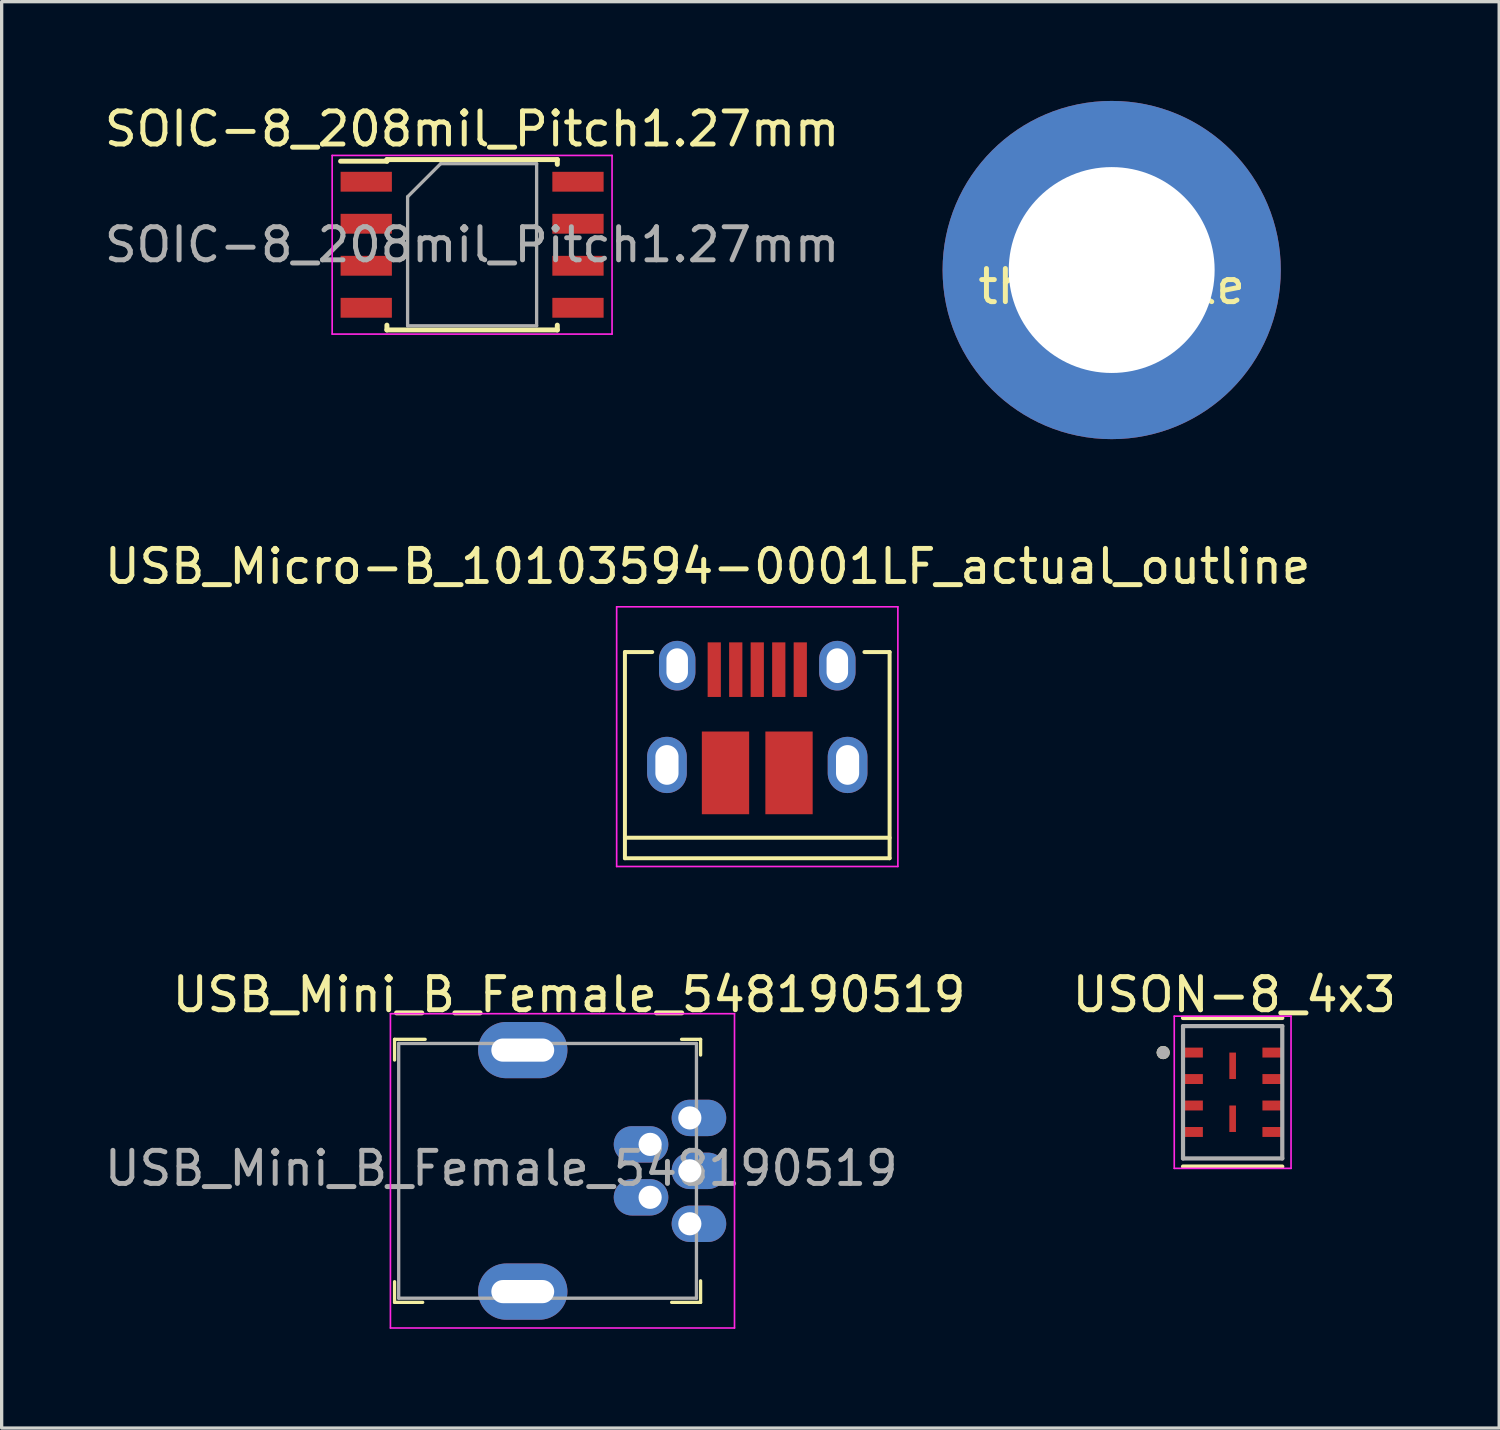
<source format=kicad_pcb>
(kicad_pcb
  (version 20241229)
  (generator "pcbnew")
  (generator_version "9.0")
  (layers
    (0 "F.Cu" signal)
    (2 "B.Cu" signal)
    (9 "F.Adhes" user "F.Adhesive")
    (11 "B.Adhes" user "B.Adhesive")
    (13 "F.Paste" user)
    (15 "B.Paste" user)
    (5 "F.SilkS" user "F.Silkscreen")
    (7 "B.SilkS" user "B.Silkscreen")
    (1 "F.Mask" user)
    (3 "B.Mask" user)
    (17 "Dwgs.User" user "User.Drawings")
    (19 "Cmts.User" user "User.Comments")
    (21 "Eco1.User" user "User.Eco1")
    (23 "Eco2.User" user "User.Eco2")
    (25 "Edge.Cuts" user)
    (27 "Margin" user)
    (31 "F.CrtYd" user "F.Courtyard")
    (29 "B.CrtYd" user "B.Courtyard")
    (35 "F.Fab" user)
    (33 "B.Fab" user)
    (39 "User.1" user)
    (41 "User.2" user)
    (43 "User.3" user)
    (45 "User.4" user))
  (footprint "USB_Mini_B_Female_548190519"
    (layer "F.Cu")
    (at 17.801 32.34)
    (property "Reference" "USB_Mini_B_Female_548190519" (at -3.65 -5.325 0) (layer "F.SilkS") (effects (font (size 1 1) (thickness 0.15))))
    (attr through_hole)
    (fp_line (start -8.925 -3.975) (end -8.925 -3.35) (stroke (width 0.1) (type solid)) (layer "F.SilkS"))
    (fp_line (start -8.925 3.975) (end -8.925 3.35) (stroke (width 0.1) (type solid)) (layer "F.SilkS"))
    (fp_line (start -8.075 3.975) (end -8.925 3.975) (stroke (width 0.1) (type solid)) (layer "F.SilkS"))
    (fp_line (start -8 -3.975) (end -8.925 -3.975) (stroke (width 0.1) (type solid)) (layer "F.SilkS"))
    (fp_line (start -0.55 3.975) (end 0.3 3.975) (stroke (width 0.1) (type solid)) (layer "F.SilkS"))
    (fp_line (start -0.25 -3.975) (end 0.325 -3.975) (stroke (width 0.1) (type solid)) (layer "F.SilkS"))
    (fp_line (start 0.325 -3.975) (end 0.325 -3.5) (stroke (width 0.1) (type solid)) (layer "F.SilkS"))
    (fp_line (start 0.325 3.325) (end 0.325 3.975) (stroke (width 0.1) (type solid)) (layer "F.SilkS"))
    (fp_line (start 0.325 3.975) (end 0.3 3.975) (stroke (width 0.1) (type solid)) (layer "F.SilkS"))
    (fp_line (start -9.05 -4.75) (end -9.05 4.75) (stroke (width 0.05) (type solid)) (layer "F.CrtYd"))
    (fp_line (start -9.05 -4.75) (end 1.35 -4.75) (stroke (width 0.05) (type solid)) (layer "F.CrtYd"))
    (fp_line (start -9.05 4.75) (end 1.35 4.75) (stroke (width 0.05) (type solid)) (layer "F.CrtYd"))
    (fp_line (start 1.35 -4.75) (end 1.35 4.75) (stroke (width 0.05) (type solid)) (layer "F.CrtYd"))
    (fp_line (start -8.8 -3.85) (end -8.8 3.85) (stroke (width 0.1) (type solid)) (layer "F.Fab"))
    (fp_line (start -8.8 -3.85) (end 0.2 -3.85) (stroke (width 0.1) (type solid)) (layer "F.Fab"))
    (fp_line (start -8.8 3.85) (end 0.2 3.85) (stroke (width 0.1) (type solid)) (layer "F.Fab"))
    (fp_line (start 0.2 -3.85) (end 0.2 3.85) (stroke (width 0.1) (type solid)) (layer "F.Fab"))
    (fp_text user "${REFERENCE}" (at -5.7 -0.075 0) (layer "F.Fab") (effects (font (size 1 1) (thickness 0.15))))
    (pad "1" thru_hole oval (at 0 1.6) (size 1.65 1.1) (drill 0.7 (offset 0.275 0)) (layers "*.Cu" "*.Mask"))
    (pad "2" thru_hole oval (at -1.2 0.8) (size 1.65 1.1) (drill 0.7 (offset -0.275 0)) (layers "*.Cu" "*.Mask"))
    (pad "3" thru_hole oval (at 0 0) (size 1.65 1.1) (drill 0.7 (offset 0.275 0)) (layers "*.Cu" "*.Mask"))
    (pad "4" thru_hole oval (at -1.2 -0.8) (size 1.65 1.1) (drill 0.7 (offset -0.275 0)) (layers "*.Cu" "*.Mask"))
    (pad "5" thru_hole oval (at 0 -1.6) (size 1.65 1.1) (drill 0.7 (offset 0.275 0)) (layers "*.Cu" "*.Mask"))
    (pad "6" thru_hole oval (at -5.05 -3.65) (size 2.7 1.7) (drill oval 1.9 0.7) (layers "*.Cu" "*.Mask"))
    (pad "6" thru_hole oval (at -5.05 3.65) (size 2.7 1.7) (drill oval 1.9 0.7) (layers "*.Cu" "*.Mask")))
  (footprint "USB_Micro-B_10103594-0001LF_actual_outline"
    (layer "F.Cu")
    (at 19.839 18.691)
    (property "Reference" "USB_Micro-B_10103594-0001LF_actual_outline" (at -1.5 -4.62 0) (layer "F.SilkS") (effects (font (size 1 1) (thickness 0.15))))
    (attr smd)
    (fp_line (start -4 -2.032) (end -3.175 -2.032) (stroke (width 0.12) (type solid)) (layer "F.SilkS"))
    (fp_line (start -4 4.2) (end -4 -2.032) (stroke (width 0.12) (type solid)) (layer "F.SilkS"))
    (fp_line (start -4 4.2) (end 4 4.2) (stroke (width 0.12) (type solid)) (layer "F.SilkS"))
    (fp_line (start 3.239 -2.032) (end 4 -2.032) (stroke (width 0.12) (type solid)) (layer "F.SilkS"))
    (fp_line (start 4 -2.032) (end 4 4.2) (stroke (width 0.12) (type solid)) (layer "F.SilkS"))
    (fp_line (start 4 3.58) (end -4 3.58) (stroke (width 0.12) (type solid)) (layer "F.SilkS"))
    (fp_line (start -4.25 -3.4) (end 4.25 -3.4) (stroke (width 0.05) (type solid)) (layer "F.CrtYd"))
    (fp_line (start -4.25 4.45) (end -4.25 -3.4) (stroke (width 0.05) (type solid)) (layer "F.CrtYd"))
    (fp_line (start 4.25 -3.4) (end 4.25 4.45) (stroke (width 0.05) (type solid)) (layer "F.CrtYd"))
    (fp_line (start 4.25 4.45) (end -4.25 4.45) (stroke (width 0.05) (type solid)) (layer "F.CrtYd"))
    (pad "1" smd rect (at -1.3 -1.5 90) (size 1.65 0.4) (layers "F.Cu" "F.Mask" "F.Paste"))
    (pad "2" smd rect (at -0.65 -1.5 90) (size 1.65 0.4) (layers "F.Cu" "F.Mask" "F.Paste"))
    (pad "3" smd rect (at 0 -1.5 90) (size 1.65 0.4) (layers "F.Cu" "F.Mask" "F.Paste"))
    (pad "4" smd rect (at 0.65 -1.5 90) (size 1.65 0.4) (layers "F.Cu" "F.Mask" "F.Paste"))
    (pad "5" smd rect (at 1.3 -1.5 90) (size 1.65 0.4) (layers "F.Cu" "F.Mask" "F.Paste"))
    (pad "6" thru_hole oval (at -2.73 1.38 90) (size 1.7 1.2) (drill oval 1.2 0.7) (layers "*.Cu" "*.Mask"))
    (pad "6" thru_hole oval (at -2.42 -1.62 90) (size 1.5 1.1) (drill oval 1.05 0.65) (layers "*.Cu" "*.Mask"))
    (pad "6" smd rect (at -0.96 1.62 90) (size 2.5 1.43) (layers "F.Cu" "F.Mask" "F.Paste"))
    (pad "6" smd rect (at 0.96 1.62 90) (size 2.5 1.43) (layers "F.Cu" "F.Mask" "F.Paste"))
    (pad "6" thru_hole oval (at 2.42 -1.62 90) (size 1.5 1.1) (drill oval 1.05 0.65) (layers "*.Cu" "*.Mask"))
    (pad "6" thru_hole oval (at 2.73 1.38 90) (size 1.7 1.2) (drill oval 1.2 0.7) (layers "*.Cu" "*.Mask")))
  (footprint "thonk_hole"
    (layer "F.Cu")
    (at 30.552 5.112)
    (property "Reference" "thonk_hole" (at 0 0.5 0) (layer "F.SilkS") (effects (font (size 1 1) (thickness 0.15))))
    (attr through_hole)
    (pad "1" thru_hole circle (at 0 0) (size 10.223 10.223) (drill 6.223) (layers "*.Cu" "*.Mask")))
  (footprint "USON-8_4x3"
    (layer "F.Cu")
    (at 34.208 29.965)
    (property "Reference" "USON-8_4x3" (at 0.05 -2.95 0) (layer "F.SilkS") (effects (font (size 1 1) (thickness 0.15))))
    (attr through_hole)
    (fp_line (start -1.5 -2.245) (end 1.5 -2.245) (stroke (width 0.127) (type solid)) (layer "F.SilkS"))
    (fp_line (start 1.5 2.245) (end -1.5 2.245) (stroke (width 0.127) (type solid)) (layer "F.SilkS"))
    (fp_circle (center -2.1 -1.2) (end -2 -1.2) (stroke (width 0.2) (type solid)) (fill no) (layer "F.SilkS"))
    (fp_poly (pts (xy -0.05 0.4) (xy 0.04 0.4) (xy 0.04 1.14) (xy -0.05 1.14)) (stroke (width 0.01) (type solid)) (fill yes) (layer "F.Paste"))
    (fp_poly (pts (xy -0.045 -1.16) (xy 0.045 -1.16) (xy 0.045 -0.42) (xy -0.045 -0.42)) (stroke (width 0.01) (type solid)) (fill yes) (layer "F.Paste"))
    (fp_line (start -1.765 -2.3) (end -1.765 2.3) (stroke (width 0.05) (type solid)) (layer "F.CrtYd"))
    (fp_line (start -1.765 2.3) (end 1.765 2.3) (stroke (width 0.05) (type solid)) (layer "F.CrtYd"))
    (fp_line (start 1.765 -2.3) (end -1.765 -2.3) (stroke (width 0.05) (type solid)) (layer "F.CrtYd"))
    (fp_line (start 1.765 2.3) (end 1.765 -2.3) (stroke (width 0.05) (type solid)) (layer "F.CrtYd"))
    (fp_line (start -1.5 -2) (end 1.5 -2) (stroke (width 0.127) (type solid)) (layer "F.Fab"))
    (fp_line (start -1.5 2) (end -1.5 -2) (stroke (width 0.127) (type solid)) (layer "F.Fab"))
    (fp_line (start 1.5 -2) (end 1.5 2) (stroke (width 0.127) (type solid)) (layer "F.Fab"))
    (fp_line (start 1.5 2) (end -1.5 2) (stroke (width 0.127) (type solid)) (layer "F.Fab"))
    (fp_circle (center -2.1 -1.2) (end -2 -1.2) (stroke (width 0.2) (type solid)) (fill no) (layer "F.Fab"))
    (pad "1" smd rect (at -1.2 -1.2) (size 0.6 0.3) (layers "F.Cu" "F.Mask" "F.Paste"))
    (pad "2" smd rect (at -1.2 -0.4) (size 0.6 0.3) (layers "F.Cu" "F.Mask" "F.Paste"))
    (pad "3" smd rect (at -1.2 0.4) (size 0.6 0.3) (layers "F.Cu" "F.Mask" "F.Paste"))
    (pad "4" smd rect (at -1.2 1.2) (size 0.6 0.3) (layers "F.Cu" "F.Mask" "F.Paste"))
    (pad "5" smd rect (at 1.2 1.2) (size 0.6 0.3) (layers "F.Cu" "F.Mask" "F.Paste"))
    (pad "6" smd rect (at 1.2 0.4) (size 0.6 0.3) (layers "F.Cu" "F.Mask" "F.Paste"))
    (pad "7" smd rect (at 1.2 -0.4) (size 0.6 0.3) (layers "F.Cu" "F.Mask" "F.Paste"))
    (pad "8" smd rect (at 1.2 -1.2) (size 0.6 0.3) (layers "F.Cu" "F.Mask" "F.Paste"))
    (pad "9" smd rect (at 0 -0.8) (size 0.2 0.8) (layers "F.Cu" "F.Mask"))
    (pad "9" smd rect (at 0 0.8) (size 0.2 0.8) (layers "F.Cu" "F.Mask")))
  (footprint "SOIC-8_208mil_Pitch1.27mm"
    (layer "F.Cu")
    (at 11.22 4.348)
    (property "Reference" "SOIC-8_208mil_Pitch1.27mm" (at 0 -3.5 0) (layer "F.SilkS") (effects (font (size 1 1) (thickness 0.15))))
    (attr smd)
    (fp_line (start -2.575 -2.575) (end -2.575 -2.525) (stroke (width 0.15) (type solid)) (layer "F.SilkS"))
    (fp_line (start -2.575 -2.575) (end 2.575 -2.575) (stroke (width 0.15) (type solid)) (layer "F.SilkS"))
    (fp_line (start -2.575 -2.525) (end -3.975 -2.525) (stroke (width 0.15) (type solid)) (layer "F.SilkS"))
    (fp_line (start -2.575 2.575) (end -2.575 2.43) (stroke (width 0.15) (type solid)) (layer "F.SilkS"))
    (fp_line (start -2.575 2.575) (end 2.575 2.575) (stroke (width 0.15) (type solid)) (layer "F.SilkS"))
    (fp_line (start 2.575 -2.575) (end 2.575 -2.43) (stroke (width 0.15) (type solid)) (layer "F.SilkS"))
    (fp_line (start 2.575 2.575) (end 2.575 2.43) (stroke (width 0.15) (type solid)) (layer "F.SilkS"))
    (fp_line (start -4.23 -2.7) (end -4.23 2.7) (stroke (width 0.05) (type solid)) (layer "F.CrtYd"))
    (fp_line (start -4.23 -2.7) (end 4.23 -2.7) (stroke (width 0.05) (type solid)) (layer "F.CrtYd"))
    (fp_line (start -4.23 2.7) (end 4.23 2.7) (stroke (width 0.05) (type solid)) (layer "F.CrtYd"))
    (fp_line (start 4.23 -2.7) (end 4.23 2.7) (stroke (width 0.05) (type solid)) (layer "F.CrtYd"))
    (fp_line (start -1.95 -1.45) (end -0.95 -2.45) (stroke (width 0.1) (type solid)) (layer "F.Fab"))
    (fp_line (start -1.95 2.45) (end -1.95 -1.45) (stroke (width 0.1) (type solid)) (layer "F.Fab"))
    (fp_line (start -0.95 -2.45) (end 1.95 -2.45) (stroke (width 0.1) (type solid)) (layer "F.Fab"))
    (fp_line (start 1.95 -2.45) (end 1.95 2.45) (stroke (width 0.1) (type solid)) (layer "F.Fab"))
    (fp_line (start 1.95 2.45) (end -1.95 2.45) (stroke (width 0.1) (type solid)) (layer "F.Fab"))
    (fp_text user "${REFERENCE}" (at 0 0 0) (layer "F.Fab") (effects (font (size 1 1) (thickness 0.15))))
    (pad "1" smd rect (at -3.2 -1.905) (size 1.55 0.6) (layers "F.Cu" "F.Mask" "F.Paste"))
    (pad "2" smd rect (at -3.2 -0.635) (size 1.55 0.6) (layers "F.Cu" "F.Mask" "F.Paste"))
    (pad "3" smd rect (at -3.2 0.635) (size 1.55 0.6) (layers "F.Cu" "F.Mask" "F.Paste"))
    (pad "4" smd rect (at -3.2 1.905) (size 1.55 0.6) (layers "F.Cu" "F.Mask" "F.Paste"))
    (pad "5" smd rect (at 3.2 1.905) (size 1.55 0.6) (layers "F.Cu" "F.Mask" "F.Paste"))
    (pad "6" smd rect (at 3.2 0.635) (size 1.55 0.6) (layers "F.Cu" "F.Mask" "F.Paste"))
    (pad "7" smd rect (at 3.2 -0.635) (size 1.55 0.6) (layers "F.Cu" "F.Mask" "F.Paste"))
    (pad "8" smd rect (at 3.2 -1.905) (size 1.55 0.6) (layers "F.Cu" "F.Mask" "F.Paste")))
  (gr_rect
    (start -3 -3)
    (end 42.264 40.114)
    (stroke (width 0.1) (type default))
    (fill no)
    (layer "Edge.Cuts")))
</source>
